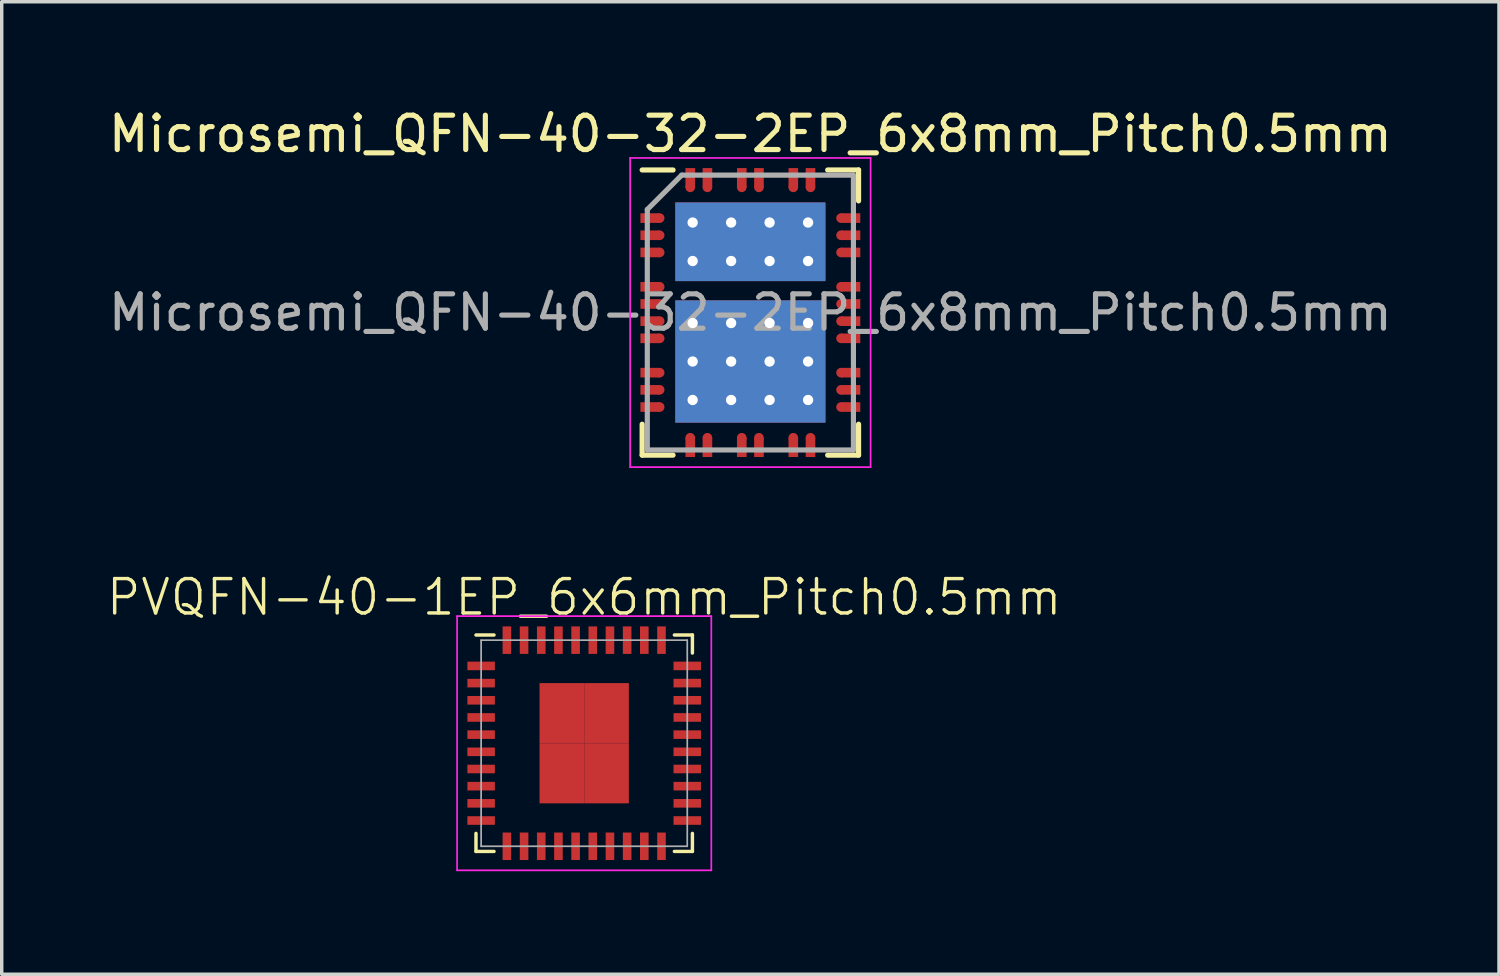
<source format=kicad_pcb>
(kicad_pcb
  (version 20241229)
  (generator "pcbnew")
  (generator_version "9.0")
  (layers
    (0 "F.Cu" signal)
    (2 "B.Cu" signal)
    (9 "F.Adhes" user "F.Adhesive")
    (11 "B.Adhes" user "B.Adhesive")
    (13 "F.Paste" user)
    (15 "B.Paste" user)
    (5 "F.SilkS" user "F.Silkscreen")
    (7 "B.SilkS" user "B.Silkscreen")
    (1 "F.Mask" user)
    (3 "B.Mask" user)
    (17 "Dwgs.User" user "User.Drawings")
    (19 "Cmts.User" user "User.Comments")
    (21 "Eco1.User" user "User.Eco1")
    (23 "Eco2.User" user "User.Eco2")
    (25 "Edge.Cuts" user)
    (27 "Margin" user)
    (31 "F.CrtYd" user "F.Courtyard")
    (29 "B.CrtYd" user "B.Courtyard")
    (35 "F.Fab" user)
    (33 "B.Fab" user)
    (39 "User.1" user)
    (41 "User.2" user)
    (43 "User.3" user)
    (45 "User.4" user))
  (footprint "Microsemi_QFN-40-32-2EP_6x8mm_Pitch0.5mm"
    (layer "F.Cu")
    (at 18.792 6.048)
    (property "Reference" "Microsemi_QFN-40-32-2EP_6x8mm_Pitch0.5mm" (at 0 -5.2 0) (layer "F.SilkS") (effects (font (size 1 1) (thickness 0.15))))
    (attr smd)
    (fp_line (start -3.15 -4.15) (end -2.25 -4.15) (stroke (width 0.15) (type solid)) (layer "F.SilkS"))
    (fp_line (start -3.15 4.15) (end -3.15 3.25) (stroke (width 0.15) (type solid)) (layer "F.SilkS"))
    (fp_line (start -3.15 4.15) (end -2.25 4.15) (stroke (width 0.15) (type solid)) (layer "F.SilkS"))
    (fp_line (start 3.15 -4.15) (end 2.25 -4.15) (stroke (width 0.15) (type solid)) (layer "F.SilkS"))
    (fp_line (start 3.15 -4.15) (end 3.15 -3.25) (stroke (width 0.15) (type solid)) (layer "F.SilkS"))
    (fp_line (start 3.15 4.15) (end 2.25 4.15) (stroke (width 0.15) (type solid)) (layer "F.SilkS"))
    (fp_line (start 3.15 4.15) (end 3.15 3.25) (stroke (width 0.15) (type solid)) (layer "F.SilkS"))
    (fp_line (start -3.5 -4.5) (end -3.5 4.5) (stroke (width 0.05) (type solid)) (layer "F.CrtYd"))
    (fp_line (start -3.5 -4.5) (end 3.5 -4.5) (stroke (width 0.05) (type solid)) (layer "F.CrtYd"))
    (fp_line (start -3.5 4.5) (end 3.5 4.5) (stroke (width 0.05) (type solid)) (layer "F.CrtYd"))
    (fp_line (start 3.5 -4.5) (end 3.5 4.5) (stroke (width 0.05) (type solid)) (layer "F.CrtYd"))
    (fp_line (start -3 -3) (end -2 -4) (stroke (width 0.15) (type solid)) (layer "F.Fab"))
    (fp_line (start -3 4) (end -3 -3) (stroke (width 0.15) (type solid)) (layer "F.Fab"))
    (fp_line (start -2 -4) (end 3 -4) (stroke (width 0.15) (type solid)) (layer "F.Fab"))
    (fp_line (start 3 -4) (end 3 4) (stroke (width 0.15) (type solid)) (layer "F.Fab"))
    (fp_line (start 3 4) (end -3 4) (stroke (width 0.15) (type solid)) (layer "F.Fab"))
    (fp_text user "${REFERENCE}" (at 0 0 0) (layer "F.Fab") (effects (font (size 1 1) (thickness 0.15))))
    (pad "" smd rect (at -1.04 -2.06) (size 1.68 1.68) (layers "F.Paste"))
    (pad "" smd rect (at -1.04 1.425) (size 1.68 2.95) (layers "F.Mask"))
    (pad "" smd rect (at 1.04 -2.06) (size 1.68 1.68) (layers "F.Paste"))
    (pad "" smd rect (at 1.04 1.425) (size 1.68 2.95) (layers "F.Mask"))
    (pad "1" smd rect (at -2.92 -2.75) (size 0.56 0.28) (layers "F.Cu" "F.Mask" "F.Paste"))
    (pad "1" smd circle (at -2.64 -2.75) (size 0.28 0.28) (layers "F.Cu" "F.Mask" "F.Paste"))
    (pad "2" smd rect (at -2.92 -2.25) (size 0.56 0.28) (layers "F.Cu" "F.Mask" "F.Paste"))
    (pad "2" smd circle (at -2.64 -2.25) (size 0.28 0.28) (layers "F.Cu" "F.Mask" "F.Paste"))
    (pad "3" smd rect (at -2.92 -1.75) (size 0.56 0.28) (layers "F.Cu" "F.Mask" "F.Paste"))
    (pad "3" smd circle (at -2.64 -1.75) (size 0.28 0.28) (layers "F.Cu" "F.Mask" "F.Paste"))
    (pad "4" smd rect (at -2.92 -0.75) (size 0.56 0.28) (layers "F.Cu" "F.Mask" "F.Paste"))
    (pad "4" smd circle (at -2.64 -0.75) (size 0.28 0.28) (layers "F.Cu" "F.Mask" "F.Paste"))
    (pad "5" smd rect (at -2.92 -0.25) (size 0.56 0.28) (layers "F.Cu" "F.Mask" "F.Paste"))
    (pad "5" smd circle (at -2.64 -0.25) (size 0.28 0.28) (layers "F.Cu" "F.Mask" "F.Paste"))
    (pad "6" smd rect (at -2.92 0.25) (size 0.56 0.28) (layers "F.Cu" "F.Mask" "F.Paste"))
    (pad "6" smd circle (at -2.64 0.25) (size 0.28 0.28) (layers "F.Cu" "F.Mask" "F.Paste"))
    (pad "7" smd rect (at -2.92 0.75) (size 0.56 0.28) (layers "F.Cu" "F.Mask" "F.Paste"))
    (pad "7" smd circle (at -2.64 0.75) (size 0.28 0.28) (layers "F.Cu" "F.Mask" "F.Paste"))
    (pad "8" smd rect (at -2.92 1.75) (size 0.56 0.28) (layers "F.Cu" "F.Mask" "F.Paste"))
    (pad "8" smd circle (at -2.64 1.75) (size 0.28 0.28) (layers "F.Cu" "F.Mask" "F.Paste"))
    (pad "9" smd rect (at -2.92 2.25) (size 0.56 0.28) (layers "F.Cu" "F.Mask" "F.Paste"))
    (pad "9" smd circle (at -2.64 2.25) (size 0.28 0.28) (layers "F.Cu" "F.Mask" "F.Paste"))
    (pad "10" smd rect (at -2.92 2.75) (size 0.56 0.28) (layers "F.Cu" "F.Mask" "F.Paste"))
    (pad "10" smd circle (at -2.64 2.75) (size 0.28 0.28) (layers "F.Cu" "F.Mask" "F.Paste"))
    (pad "11" smd circle (at -1.75 3.645) (size 0.28 0.28) (layers "F.Cu" "F.Mask" "F.Paste"))
    (pad "11" smd rect (at -1.75 3.925) (size 0.28 0.56) (layers "F.Cu" "F.Mask" "F.Paste"))
    (pad "12" smd circle (at -1.25 3.645) (size 0.28 0.28) (layers "F.Cu" "F.Mask" "F.Paste"))
    (pad "12" smd rect (at -1.25 3.925) (size 0.28 0.56) (layers "F.Cu" "F.Mask" "F.Paste"))
    (pad "13" smd circle (at -0.25 3.645) (size 0.28 0.28) (layers "F.Cu" "F.Mask" "F.Paste"))
    (pad "13" smd rect (at -0.25 3.925) (size 0.28 0.56) (layers "F.Cu" "F.Mask" "F.Paste"))
    (pad "14" smd circle (at 0.25 3.645) (size 0.28 0.28) (layers "F.Cu" "F.Mask" "F.Paste"))
    (pad "14" smd rect (at 0.25 3.925) (size 0.28 0.56) (layers "F.Cu" "F.Mask" "F.Paste"))
    (pad "15" smd circle (at 1.25 3.645) (size 0.28 0.28) (layers "F.Cu" "F.Mask" "F.Paste"))
    (pad "15" smd rect (at 1.25 3.925) (size 0.28 0.56) (layers "F.Cu" "F.Mask" "F.Paste"))
    (pad "16" smd circle (at 1.75 3.645) (size 0.28 0.28) (layers "F.Cu" "F.Mask" "F.Paste"))
    (pad "16" smd rect (at 1.75 3.925) (size 0.28 0.56) (layers "F.Cu" "F.Mask" "F.Paste"))
    (pad "17" smd circle (at 2.64 2.75) (size 0.28 0.28) (layers "F.Cu" "F.Mask" "F.Paste"))
    (pad "17" smd rect (at 2.92 2.75) (size 0.56 0.28) (layers "F.Cu" "F.Mask" "F.Paste"))
    (pad "18" smd circle (at 2.64 2.25) (size 0.28 0.28) (layers "F.Cu" "F.Mask" "F.Paste"))
    (pad "18" smd rect (at 2.92 2.25) (size 0.56 0.28) (layers "F.Cu" "F.Mask" "F.Paste"))
    (pad "19" smd circle (at 2.64 1.75) (size 0.28 0.28) (layers "F.Cu" "F.Mask" "F.Paste"))
    (pad "19" smd rect (at 2.92 1.75) (size 0.56 0.28) (layers "F.Cu" "F.Mask" "F.Paste"))
    (pad "20" smd circle (at 2.64 0.75) (size 0.28 0.28) (layers "F.Cu" "F.Mask" "F.Paste"))
    (pad "20" smd rect (at 2.92 0.75) (size 0.56 0.28) (layers "F.Cu" "F.Mask" "F.Paste"))
    (pad "21" smd circle (at 2.64 0.25) (size 0.28 0.28) (layers "F.Cu" "F.Mask" "F.Paste"))
    (pad "21" smd rect (at 2.92 0.25) (size 0.56 0.28) (layers "F.Cu" "F.Mask" "F.Paste"))
    (pad "22" smd circle (at 2.64 -0.25) (size 0.28 0.28) (layers "F.Cu" "F.Mask" "F.Paste"))
    (pad "22" smd rect (at 2.92 -0.25) (size 0.56 0.28) (layers "F.Cu" "F.Mask" "F.Paste"))
    (pad "23" smd circle (at 2.64 -0.75) (size 0.28 0.28) (layers "F.Cu" "F.Mask" "F.Paste"))
    (pad "23" smd rect (at 2.92 -0.75) (size 0.56 0.28) (layers "F.Cu" "F.Mask" "F.Paste"))
    (pad "24" smd circle (at 2.64 -1.75) (size 0.28 0.28) (layers "F.Cu" "F.Mask" "F.Paste"))
    (pad "24" smd rect (at 2.92 -1.75) (size 0.56 0.28) (layers "F.Cu" "F.Mask" "F.Paste"))
    (pad "25" smd circle (at 2.64 -2.25) (size 0.28 0.28) (layers "F.Cu" "F.Mask" "F.Paste"))
    (pad "25" smd rect (at 2.92 -2.25) (size 0.56 0.28) (layers "F.Cu" "F.Mask" "F.Paste"))
    (pad "26" smd circle (at 2.64 -2.75) (size 0.28 0.28) (layers "F.Cu" "F.Mask" "F.Paste"))
    (pad "26" smd rect (at 2.92 -2.75) (size 0.56 0.28) (layers "F.Cu" "F.Mask" "F.Paste"))
    (pad "27" smd rect (at 1.75 -3.925) (size 0.28 0.56) (layers "F.Cu" "F.Mask" "F.Paste"))
    (pad "27" smd circle (at 1.75 -3.645) (size 0.28 0.28) (layers "F.Cu" "F.Mask" "F.Paste"))
    (pad "28" smd rect (at 1.25 -3.925) (size 0.28 0.56) (layers "F.Cu" "F.Mask" "F.Paste"))
    (pad "28" smd circle (at 1.25 -3.645) (size 0.28 0.28) (layers "F.Cu" "F.Mask" "F.Paste"))
    (pad "29" smd rect (at 0.25 -3.925) (size 0.28 0.56) (layers "F.Cu" "F.Mask" "F.Paste"))
    (pad "29" smd circle (at 0.25 -3.645) (size 0.28 0.28) (layers "F.Cu" "F.Mask" "F.Paste"))
    (pad "30" smd rect (at -0.25 -3.925) (size 0.28 0.56) (layers "F.Cu" "F.Mask" "F.Paste"))
    (pad "30" smd circle (at -0.25 -3.645) (size 0.28 0.28) (layers "F.Cu" "F.Mask" "F.Paste"))
    (pad "31" smd rect (at -1.25 -3.925) (size 0.28 0.56) (layers "F.Cu" "F.Mask" "F.Paste"))
    (pad "31" smd circle (at -1.25 -3.645) (size 0.28 0.28) (layers "F.Cu" "F.Mask" "F.Paste"))
    (pad "32" smd rect (at -1.75 -3.925) (size 0.28 0.56) (layers "F.Cu" "F.Mask" "F.Paste"))
    (pad "32" smd circle (at -1.75 -3.645) (size 0.28 0.28) (layers "F.Cu" "F.Mask" "F.Paste"))
    (pad "33" thru_hole circle (at -1.68 -2.62) (size 0.6 0.6) (drill 0.3) (layers "*.Cu" "*.Mask"))
    (pad "33" thru_hole circle (at -1.68 -1.5) (size 0.6 0.6) (drill 0.3) (layers "*.Cu" "*.Mask"))
    (pad "33" thru_hole circle (at -0.56 -2.62) (size 0.6 0.6) (drill 0.3) (layers "*.Cu" "*.Mask"))
    (pad "33" thru_hole circle (at -0.56 -1.5) (size 0.6 0.6) (drill 0.3) (layers "*.Cu" "*.Mask"))
    (pad "33" smd rect (at 0 -2.06) (size 4.37 2.29) (layers "F.Cu" "F.Mask"))
    (pad "33" smd rect (at 0 -2.06) (size 4.37 2.29) (layers "B.Cu" "B.Mask"))
    (pad "33" thru_hole circle (at 0.56 -2.62) (size 0.6 0.6) (drill 0.3) (layers "*.Cu" "*.Mask"))
    (pad "33" thru_hole circle (at 0.56 -1.5) (size 0.6 0.6) (drill 0.3) (layers "*.Cu" "*.Mask"))
    (pad "33" thru_hole circle (at 1.68 -2.62) (size 0.6 0.6) (drill 0.3) (layers "*.Cu" "*.Mask"))
    (pad "33" thru_hole circle (at 1.68 -1.5) (size 0.6 0.6) (drill 0.3) (layers "*.Cu" "*.Mask"))
    (pad "34" thru_hole circle (at -1.68 0.305) (size 0.6 0.6) (drill 0.3) (layers "*.Cu" "*.Mask"))
    (pad "34" thru_hole circle (at -1.68 1.425) (size 0.6 0.6) (drill 0.3) (layers "*.Cu" "*.Mask"))
    (pad "34" thru_hole circle (at -1.68 2.545) (size 0.6 0.6) (drill 0.3) (layers "*.Cu" "*.Mask"))
    (pad "34" thru_hole circle (at -0.56 0.305) (size 0.6 0.6) (drill 0.3) (layers "*.Cu" "*.Mask"))
    (pad "34" thru_hole circle (at -0.56 1.425) (size 0.6 0.6) (drill 0.3) (layers "*.Cu" "*.Mask"))
    (pad "34" thru_hole circle (at -0.56 2.545) (size 0.6 0.6) (drill 0.3) (layers "*.Cu" "*.Mask"))
    (pad "34" smd rect (at 0 1.425) (size 4.37 3.56) (layers "F.Cu" "F.Mask"))
    (pad "34" smd rect (at 0 1.425) (size 4.37 3.56) (layers "B.Cu" "B.Mask"))
    (pad "34" thru_hole circle (at 0.56 0.305) (size 0.6 0.6) (drill 0.3) (layers "*.Cu" "*.Mask"))
    (pad "34" thru_hole circle (at 0.56 1.425) (size 0.6 0.6) (drill 0.3) (layers "*.Cu" "*.Mask"))
    (pad "34" thru_hole circle (at 0.56 2.545) (size 0.6 0.6) (drill 0.3) (layers "*.Cu" "*.Mask"))
    (pad "34" thru_hole circle (at 1.68 0.305) (size 0.6 0.6) (drill 0.3) (layers "*.Cu" "*.Mask"))
    (pad "34" thru_hole circle (at 1.68 1.425) (size 0.6 0.6) (drill 0.3) (layers "*.Cu" "*.Mask"))
    (pad "34" thru_hole circle (at 1.68 2.545) (size 0.6 0.6) (drill 0.3) (layers "*.Cu" "*.Mask")))
  (footprint "PVQFN-40-1EP_6x6mm_Pitch0.5mm"
    (layer "F.Cu")
    (at 13.955 18.584)
    (property "Reference" "PVQFN-40-1EP_6x6mm_Pitch0.5mm" (at 0 -4.25 0) (layer "F.SilkS") (effects (font (size 1 1) (thickness 0.1))))
    (attr smd)
    (fp_line (start -3.15 -3.15) (end -2.625 -3.15) (stroke (width 0.1) (type solid)) (layer "F.SilkS"))
    (fp_line (start -3.15 3.15) (end -3.15 2.625) (stroke (width 0.1) (type solid)) (layer "F.SilkS"))
    (fp_line (start -3.15 3.15) (end -2.625 3.15) (stroke (width 0.1) (type solid)) (layer "F.SilkS"))
    (fp_line (start 3.15 -3.15) (end 2.625 -3.15) (stroke (width 0.1) (type solid)) (layer "F.SilkS"))
    (fp_line (start 3.15 -3.15) (end 3.15 -2.625) (stroke (width 0.1) (type solid)) (layer "F.SilkS"))
    (fp_line (start 3.15 3.15) (end 2.625 3.15) (stroke (width 0.1) (type solid)) (layer "F.SilkS"))
    (fp_line (start 3.15 3.15) (end 3.15 2.625) (stroke (width 0.1) (type solid)) (layer "F.SilkS"))
    (fp_line (start -3.7 -3.7) (end -3.7 3.7) (stroke (width 0.05) (type solid)) (layer "F.CrtYd"))
    (fp_line (start -3.7 -3.7) (end 3.7 -3.7) (stroke (width 0.05) (type solid)) (layer "F.CrtYd"))
    (fp_line (start -3.7 3.7) (end 3.7 3.7) (stroke (width 0.05) (type solid)) (layer "F.CrtYd"))
    (fp_line (start 3.7 -3.7) (end 3.7 3.7) (stroke (width 0.05) (type solid)) (layer "F.CrtYd"))
    (fp_line (start -3 -3) (end 3 -3) (stroke (width 0.05) (type solid)) (layer "F.Fab"))
    (fp_line (start -3 3) (end -3 -3) (stroke (width 0.05) (type solid)) (layer "F.Fab"))
    (fp_line (start 3 -3) (end 3 3) (stroke (width 0.05) (type solid)) (layer "F.Fab"))
    (fp_line (start 3 3) (end -3 3) (stroke (width 0.05) (type solid)) (layer "F.Fab"))
    (pad "1" smd rect (at -3 -2.25) (size 0.8 0.25) (layers "F.Cu" "F.Mask" "F.Paste"))
    (pad "2" smd rect (at -3 -1.75) (size 0.8 0.25) (layers "F.Cu" "F.Mask" "F.Paste"))
    (pad "3" smd rect (at -3 -1.25) (size 0.8 0.25) (layers "F.Cu" "F.Mask" "F.Paste"))
    (pad "4" smd rect (at -3 -0.75) (size 0.8 0.25) (layers "F.Cu" "F.Mask" "F.Paste"))
    (pad "5" smd rect (at -3 -0.25) (size 0.8 0.25) (layers "F.Cu" "F.Mask" "F.Paste"))
    (pad "6" smd rect (at -3 0.25) (size 0.8 0.25) (layers "F.Cu" "F.Mask" "F.Paste"))
    (pad "7" smd rect (at -3 0.75) (size 0.8 0.25) (layers "F.Cu" "F.Mask" "F.Paste"))
    (pad "8" smd rect (at -3 1.25) (size 0.8 0.25) (layers "F.Cu" "F.Mask" "F.Paste"))
    (pad "9" smd rect (at -3 1.75) (size 0.8 0.25) (layers "F.Cu" "F.Mask" "F.Paste"))
    (pad "10" smd rect (at -3 2.25) (size 0.8 0.25) (layers "F.Cu" "F.Mask" "F.Paste"))
    (pad "11" smd rect (at -2.25 3 90) (size 0.8 0.25) (layers "F.Cu" "F.Mask" "F.Paste"))
    (pad "12" smd rect (at -1.75 3 90) (size 0.8 0.25) (layers "F.Cu" "F.Mask" "F.Paste"))
    (pad "13" smd rect (at -1.25 3 90) (size 0.8 0.25) (layers "F.Cu" "F.Mask" "F.Paste"))
    (pad "14" smd rect (at -0.75 3 90) (size 0.8 0.25) (layers "F.Cu" "F.Mask" "F.Paste"))
    (pad "15" smd rect (at -0.25 3 90) (size 0.8 0.25) (layers "F.Cu" "F.Mask" "F.Paste"))
    (pad "16" smd rect (at 0.25 3 90) (size 0.8 0.25) (layers "F.Cu" "F.Mask" "F.Paste"))
    (pad "17" smd rect (at 0.75 3 90) (size 0.8 0.25) (layers "F.Cu" "F.Mask" "F.Paste"))
    (pad "18" smd rect (at 1.25 3 90) (size 0.8 0.25) (layers "F.Cu" "F.Mask" "F.Paste"))
    (pad "19" smd rect (at 1.75 3 90) (size 0.8 0.25) (layers "F.Cu" "F.Mask" "F.Paste"))
    (pad "20" smd rect (at 2.25 3 90) (size 0.8 0.25) (layers "F.Cu" "F.Mask" "F.Paste"))
    (pad "21" smd rect (at 3 2.25) (size 0.8 0.25) (layers "F.Cu" "F.Mask" "F.Paste"))
    (pad "22" smd rect (at 3 1.75) (size 0.8 0.25) (layers "F.Cu" "F.Mask" "F.Paste"))
    (pad "23" smd rect (at 3 1.25) (size 0.8 0.25) (layers "F.Cu" "F.Mask" "F.Paste"))
    (pad "24" smd rect (at 3 0.75) (size 0.8 0.25) (layers "F.Cu" "F.Mask" "F.Paste"))
    (pad "25" smd rect (at 3 0.25) (size 0.8 0.25) (layers "F.Cu" "F.Mask" "F.Paste"))
    (pad "26" smd rect (at 3 -0.25) (size 0.8 0.25) (layers "F.Cu" "F.Mask" "F.Paste"))
    (pad "27" smd rect (at 3 -0.75) (size 0.8 0.25) (layers "F.Cu" "F.Mask" "F.Paste"))
    (pad "28" smd rect (at 3 -1.25) (size 0.8 0.25) (layers "F.Cu" "F.Mask" "F.Paste"))
    (pad "29" smd rect (at 3 -1.75) (size 0.8 0.25) (layers "F.Cu" "F.Mask" "F.Paste"))
    (pad "30" smd rect (at 3 -2.25) (size 0.8 0.25) (layers "F.Cu" "F.Mask" "F.Paste"))
    (pad "31" smd rect (at 2.25 -3 90) (size 0.8 0.25) (layers "F.Cu" "F.Mask" "F.Paste"))
    (pad "32" smd rect (at 1.75 -3 90) (size 0.8 0.25) (layers "F.Cu" "F.Mask" "F.Paste"))
    (pad "33" smd rect (at 1.25 -3 90) (size 0.8 0.25) (layers "F.Cu" "F.Mask" "F.Paste"))
    (pad "34" smd rect (at 0.75 -3 90) (size 0.8 0.25) (layers "F.Cu" "F.Mask" "F.Paste"))
    (pad "35" smd rect (at 0.25 -3 90) (size 0.8 0.25) (layers "F.Cu" "F.Mask" "F.Paste"))
    (pad "36" smd rect (at -0.25 -3 90) (size 0.8 0.25) (layers "F.Cu" "F.Mask" "F.Paste"))
    (pad "37" smd rect (at -0.75 -3 90) (size 0.8 0.25) (layers "F.Cu" "F.Mask" "F.Paste"))
    (pad "38" smd rect (at -1.25 -3 90) (size 0.8 0.25) (layers "F.Cu" "F.Mask" "F.Paste"))
    (pad "39" smd rect (at -1.75 -3 90) (size 0.8 0.25) (layers "F.Cu" "F.Mask" "F.Paste"))
    (pad "40" smd rect (at -2.25 -3 90) (size 0.8 0.25) (layers "F.Cu" "F.Mask" "F.Paste"))
    (pad "41" smd rect (at -0.65 -0.875) (size 1.3 1.75) (layers "F.Cu" "F.Mask" "F.Paste"))
    (pad "41" smd rect (at -0.65 0.875) (size 1.3 1.75) (layers "F.Cu" "F.Mask" "F.Paste"))
    (pad "41" smd rect (at 0.65 -0.875) (size 1.3 1.75) (layers "F.Cu" "F.Mask" "F.Paste"))
    (pad "41" smd rect (at 0.65 0.875) (size 1.3 1.75) (layers "F.Cu" "F.Mask" "F.Paste")))
  (gr_rect
    (start -3 -3)
    (end 40.583 25.309)
    (stroke (width 0.1) (type default))
    (fill no)
    (layer "Edge.Cuts")))
</source>
